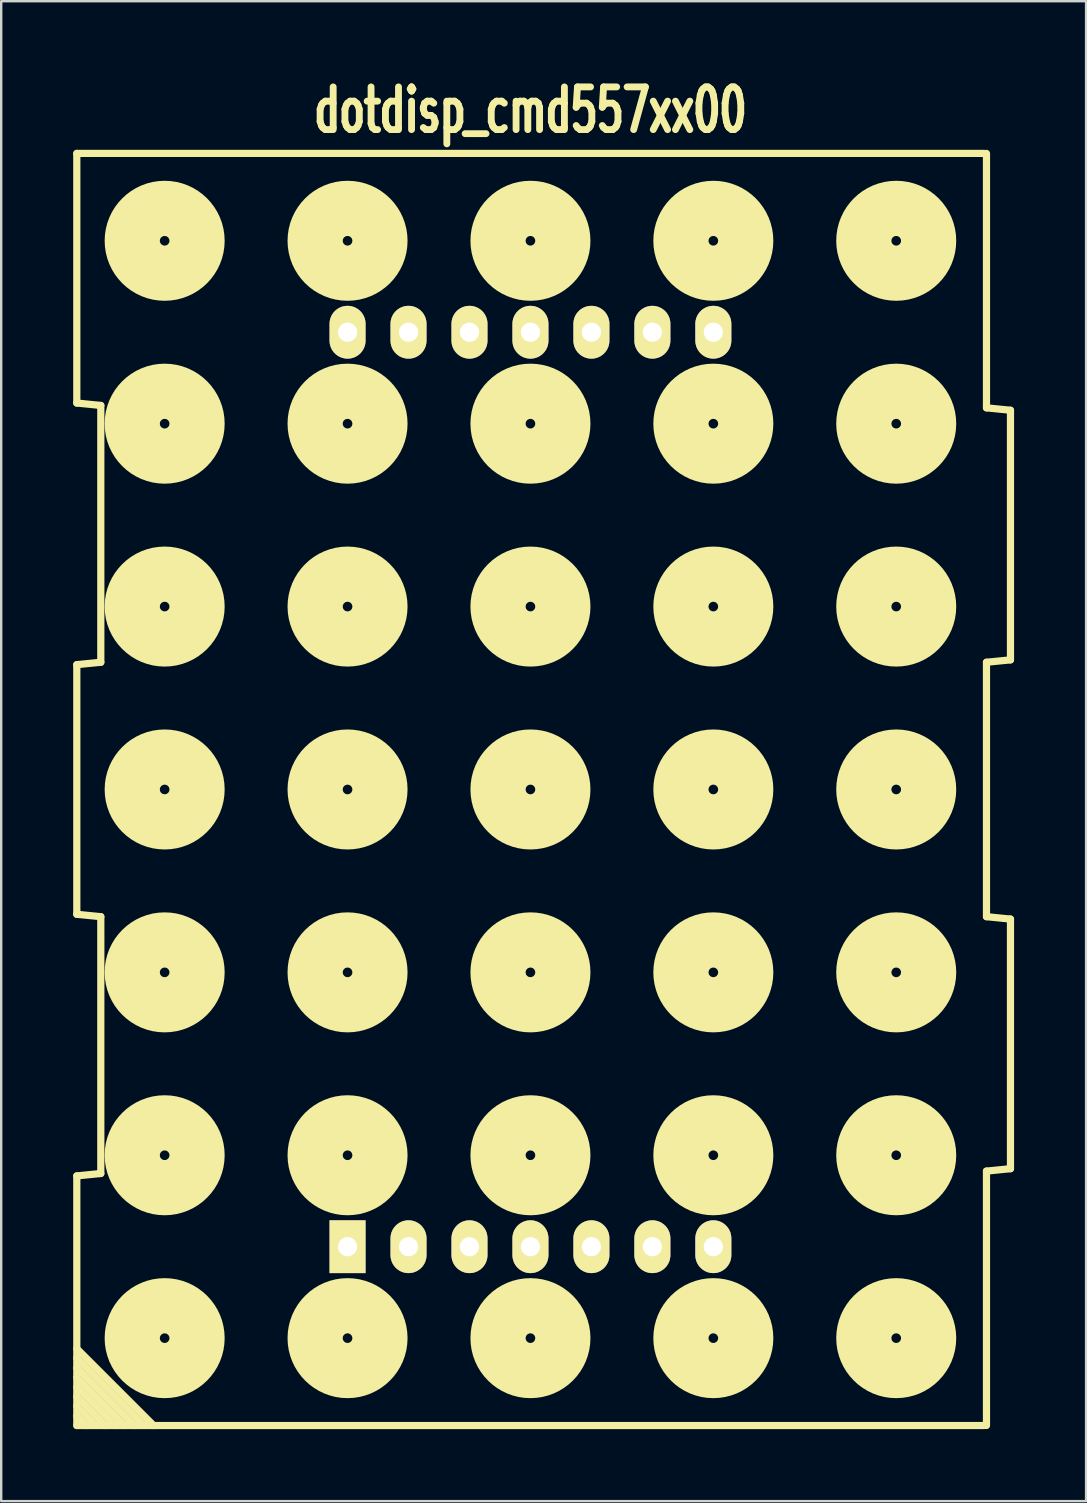
<source format=kicad_pcb>
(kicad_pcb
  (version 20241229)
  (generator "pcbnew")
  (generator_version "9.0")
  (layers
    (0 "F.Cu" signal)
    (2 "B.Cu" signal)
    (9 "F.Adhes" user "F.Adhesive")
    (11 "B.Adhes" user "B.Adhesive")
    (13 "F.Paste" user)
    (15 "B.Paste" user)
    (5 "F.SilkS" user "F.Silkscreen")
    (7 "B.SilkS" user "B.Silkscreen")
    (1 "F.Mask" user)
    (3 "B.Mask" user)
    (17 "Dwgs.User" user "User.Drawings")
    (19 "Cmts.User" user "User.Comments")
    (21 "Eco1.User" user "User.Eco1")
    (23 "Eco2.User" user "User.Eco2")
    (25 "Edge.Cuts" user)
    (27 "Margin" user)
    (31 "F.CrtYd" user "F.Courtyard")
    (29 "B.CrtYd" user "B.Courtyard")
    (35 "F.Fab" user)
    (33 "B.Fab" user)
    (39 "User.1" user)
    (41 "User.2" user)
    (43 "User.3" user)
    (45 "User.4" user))
  (footprint "dotdisp_cmd557xx00"
    (layer "F.Cu")
    (at 19.05 29.842)
    (property "Reference" "dotdisp_cmd557xx00" (at 0 -28.3 0) (layer "F.SilkS") (effects (font (size 1.778 1.143) (thickness 0.287))))
    (attr through_hole)
    (fp_line (start -18.9 -26.5) (end -18.9 -16.1) (stroke (width 0.3) (type solid)) (layer "F.SilkS"))
    (fp_line (start -18.9 -16.1) (end -17.9 -16) (stroke (width 0.3) (type solid)) (layer "F.SilkS"))
    (fp_line (start -18.9 -5.2) (end -18.9 5.2) (stroke (width 0.3) (type solid)) (layer "F.SilkS"))
    (fp_line (start -18.9 -5.2) (end -17.9 -5.3) (stroke (width 0.3) (type solid)) (layer "F.SilkS"))
    (fp_line (start -18.9 5.2) (end -17.9 5.3) (stroke (width 0.3) (type solid)) (layer "F.SilkS"))
    (fp_line (start -18.9 16.1) (end -18.9 26.5) (stroke (width 0.3) (type solid)) (layer "F.SilkS"))
    (fp_line (start -18.9 16.1) (end -17.9 16) (stroke (width 0.3) (type solid)) (layer "F.SilkS"))
    (fp_line (start -18.9 23.7) (end -16.1 26.5) (stroke (width 0.3) (type solid)) (layer "F.SilkS"))
    (fp_line (start -18.9 24.1) (end -16.5 26.5) (stroke (width 0.3) (type solid)) (layer "F.SilkS"))
    (fp_line (start -18.9 25.3) (end -17.7 26.5) (stroke (width 0.3) (type solid)) (layer "F.SilkS"))
    (fp_line (start -18.9 26.1) (end -18.5 26.5) (stroke (width 0.3) (type solid)) (layer "F.SilkS"))
    (fp_line (start -18.9 26.5) (end 18.9 26.5) (stroke (width 0.3) (type solid)) (layer "F.SilkS"))
    (fp_line (start -18.1 26.5) (end -18.9 25.7) (stroke (width 0.3) (type solid)) (layer "F.SilkS"))
    (fp_line (start -17.9 -5.3) (end -17.9 -16) (stroke (width 0.3) (type solid)) (layer "F.SilkS"))
    (fp_line (start -17.9 16) (end -17.9 5.3) (stroke (width 0.3) (type solid)) (layer "F.SilkS"))
    (fp_line (start -17.3 26.5) (end -18.9 24.9) (stroke (width 0.3) (type solid)) (layer "F.SilkS"))
    (fp_line (start -16.9 26.5) (end -18.9 24.5) (stroke (width 0.3) (type solid)) (layer "F.SilkS"))
    (fp_line (start -15.7 26.5) (end -18.9 23.3) (stroke (width 0.3) (type solid)) (layer "F.SilkS"))
    (fp_line (start 18.9 -26.5) (end -18.9 -26.5) (stroke (width 0.3) (type solid)) (layer "F.SilkS"))
    (fp_line (start 19 -15.9) (end 19 -26.5) (stroke (width 0.3) (type solid)) (layer "F.SilkS"))
    (fp_line (start 19 -15.9) (end 20 -15.8) (stroke (width 0.3) (type solid)) (layer "F.SilkS"))
    (fp_line (start 19 -5.3) (end 20 -5.4) (stroke (width 0.3) (type solid)) (layer "F.SilkS"))
    (fp_line (start 19 5.3) (end 19 -5.3) (stroke (width 0.3) (type solid)) (layer "F.SilkS"))
    (fp_line (start 19 5.3) (end 20 5.4) (stroke (width 0.3) (type solid)) (layer "F.SilkS"))
    (fp_line (start 19 15.9) (end 20 15.8) (stroke (width 0.3) (type solid)) (layer "F.SilkS"))
    (fp_line (start 19 26.5) (end 19 15.9) (stroke (width 0.3) (type solid)) (layer "F.SilkS"))
    (fp_line (start 20 -15.8) (end 20 -5.4) (stroke (width 0.3) (type solid)) (layer "F.SilkS"))
    (fp_line (start 20 5.4) (end 20 15.8) (stroke (width 0.3) (type solid)) (layer "F.SilkS"))
    (fp_circle (center -15.24 -22.86) (end -16.34 -22.86) (stroke (width 1) (type solid)) (fill no) (layer "F.SilkS"))
    (fp_circle (center -15.24 -22.86) (end -15.04 -22.86) (stroke (width 1) (type solid)) (fill no) (layer "F.SilkS"))
    (fp_circle (center -15.24 -22.86) (end -13.24 -22.86) (stroke (width 1) (type solid)) (fill no) (layer "F.SilkS"))
    (fp_circle (center -15.24 -15.24) (end -16.34 -15.24) (stroke (width 1) (type solid)) (fill no) (layer "F.SilkS"))
    (fp_circle (center -15.24 -15.24) (end -15.04 -15.24) (stroke (width 1) (type solid)) (fill no) (layer "F.SilkS"))
    (fp_circle (center -15.24 -15.24) (end -13.24 -15.24) (stroke (width 1) (type solid)) (fill no) (layer "F.SilkS"))
    (fp_circle (center -15.24 -7.62) (end -16.34 -7.62) (stroke (width 1) (type solid)) (fill no) (layer "F.SilkS"))
    (fp_circle (center -15.24 -7.62) (end -15.04 -7.62) (stroke (width 1) (type solid)) (fill no) (layer "F.SilkS"))
    (fp_circle (center -15.24 -7.62) (end -13.24 -7.62) (stroke (width 1) (type solid)) (fill no) (layer "F.SilkS"))
    (fp_circle (center -15.24 0) (end -16.34 0) (stroke (width 1) (type solid)) (fill no) (layer "F.SilkS"))
    (fp_circle (center -15.24 0) (end -15.04 0) (stroke (width 1) (type solid)) (fill no) (layer "F.SilkS"))
    (fp_circle (center -15.24 0) (end -13.24 0) (stroke (width 1) (type solid)) (fill no) (layer "F.SilkS"))
    (fp_circle (center -15.24 7.62) (end -16.34 7.62) (stroke (width 1) (type solid)) (fill no) (layer "F.SilkS"))
    (fp_circle (center -15.24 7.62) (end -15.04 7.62) (stroke (width 1) (type solid)) (fill no) (layer "F.SilkS"))
    (fp_circle (center -15.24 7.62) (end -13.24 7.62) (stroke (width 1) (type solid)) (fill no) (layer "F.SilkS"))
    (fp_circle (center -15.24 15.24) (end -16.34 15.24) (stroke (width 1) (type solid)) (fill no) (layer "F.SilkS"))
    (fp_circle (center -15.24 15.24) (end -15.04 15.24) (stroke (width 1) (type solid)) (fill no) (layer "F.SilkS"))
    (fp_circle (center -15.24 15.24) (end -13.24 15.24) (stroke (width 1) (type solid)) (fill no) (layer "F.SilkS"))
    (fp_circle (center -15.24 22.86) (end -16.34 22.86) (stroke (width 1) (type solid)) (fill no) (layer "F.SilkS"))
    (fp_circle (center -15.24 22.86) (end -15.04 22.86) (stroke (width 1) (type solid)) (fill no) (layer "F.SilkS"))
    (fp_circle (center -15.24 22.86) (end -13.24 22.86) (stroke (width 1) (type solid)) (fill no) (layer "F.SilkS"))
    (fp_circle (center -7.62 -22.86) (end -8.72 -22.86) (stroke (width 1) (type solid)) (fill no) (layer "F.SilkS"))
    (fp_circle (center -7.62 -22.86) (end -7.42 -22.86) (stroke (width 1) (type solid)) (fill no) (layer "F.SilkS"))
    (fp_circle (center -7.62 -22.86) (end -5.62 -22.86) (stroke (width 1) (type solid)) (fill no) (layer "F.SilkS"))
    (fp_circle (center -7.62 -15.24) (end -8.72 -15.24) (stroke (width 1) (type solid)) (fill no) (layer "F.SilkS"))
    (fp_circle (center -7.62 -15.24) (end -7.42 -15.24) (stroke (width 1) (type solid)) (fill no) (layer "F.SilkS"))
    (fp_circle (center -7.62 -15.24) (end -5.62 -15.24) (stroke (width 1) (type solid)) (fill no) (layer "F.SilkS"))
    (fp_circle (center -7.62 -7.62) (end -8.72 -7.62) (stroke (width 1) (type solid)) (fill no) (layer "F.SilkS"))
    (fp_circle (center -7.62 -7.62) (end -7.42 -7.62) (stroke (width 1) (type solid)) (fill no) (layer "F.SilkS"))
    (fp_circle (center -7.62 -7.62) (end -5.62 -7.62) (stroke (width 1) (type solid)) (fill no) (layer "F.SilkS"))
    (fp_circle (center -7.62 0) (end -8.72 0) (stroke (width 1) (type solid)) (fill no) (layer "F.SilkS"))
    (fp_circle (center -7.62 0) (end -7.42 0) (stroke (width 1) (type solid)) (fill no) (layer "F.SilkS"))
    (fp_circle (center -7.62 0) (end -5.62 0) (stroke (width 1) (type solid)) (fill no) (layer "F.SilkS"))
    (fp_circle (center -7.62 7.62) (end -8.72 7.62) (stroke (width 1) (type solid)) (fill no) (layer "F.SilkS"))
    (fp_circle (center -7.62 7.62) (end -7.42 7.62) (stroke (width 1) (type solid)) (fill no) (layer "F.SilkS"))
    (fp_circle (center -7.62 7.62) (end -5.62 7.62) (stroke (width 1) (type solid)) (fill no) (layer "F.SilkS"))
    (fp_circle (center -7.62 15.24) (end -8.72 15.24) (stroke (width 1) (type solid)) (fill no) (layer "F.SilkS"))
    (fp_circle (center -7.62 15.24) (end -7.42 15.24) (stroke (width 1) (type solid)) (fill no) (layer "F.SilkS"))
    (fp_circle (center -7.62 15.24) (end -5.62 15.24) (stroke (width 1) (type solid)) (fill no) (layer "F.SilkS"))
    (fp_circle (center -7.62 22.86) (end -8.72 22.86) (stroke (width 1) (type solid)) (fill no) (layer "F.SilkS"))
    (fp_circle (center -7.62 22.86) (end -7.42 22.86) (stroke (width 1) (type solid)) (fill no) (layer "F.SilkS"))
    (fp_circle (center -7.62 22.86) (end -5.62 22.86) (stroke (width 1) (type solid)) (fill no) (layer "F.SilkS"))
    (fp_circle (center 0 -22.86) (end -1.1 -22.86) (stroke (width 1) (type solid)) (fill no) (layer "F.SilkS"))
    (fp_circle (center 0 -22.86) (end 0.2 -22.86) (stroke (width 1) (type solid)) (fill no) (layer "F.SilkS"))
    (fp_circle (center 0 -22.86) (end 2 -22.86) (stroke (width 1) (type solid)) (fill no) (layer "F.SilkS"))
    (fp_circle (center 0 -15.24) (end -1.1 -15.24) (stroke (width 1) (type solid)) (fill no) (layer "F.SilkS"))
    (fp_circle (center 0 -15.24) (end 0.2 -15.24) (stroke (width 1) (type solid)) (fill no) (layer "F.SilkS"))
    (fp_circle (center 0 -15.24) (end 2 -15.24) (stroke (width 1) (type solid)) (fill no) (layer "F.SilkS"))
    (fp_circle (center 0 -7.62) (end -1.1 -7.62) (stroke (width 1) (type solid)) (fill no) (layer "F.SilkS"))
    (fp_circle (center 0 -7.62) (end 0.2 -7.62) (stroke (width 1) (type solid)) (fill no) (layer "F.SilkS"))
    (fp_circle (center 0 -7.62) (end 2 -7.62) (stroke (width 1) (type solid)) (fill no) (layer "F.SilkS"))
    (fp_circle (center 0 0) (end -1.1 0) (stroke (width 1) (type solid)) (fill no) (layer "F.SilkS"))
    (fp_circle (center 0 0) (end 0.2 0) (stroke (width 1) (type solid)) (fill no) (layer "F.SilkS"))
    (fp_circle (center 0 0) (end 2 0) (stroke (width 1) (type solid)) (fill no) (layer "F.SilkS"))
    (fp_circle (center 0 7.62) (end -1.1 7.62) (stroke (width 1) (type solid)) (fill no) (layer "F.SilkS"))
    (fp_circle (center 0 7.62) (end 0.2 7.62) (stroke (width 1) (type solid)) (fill no) (layer "F.SilkS"))
    (fp_circle (center 0 7.62) (end 2 7.62) (stroke (width 1) (type solid)) (fill no) (layer "F.SilkS"))
    (fp_circle (center 0 15.24) (end -1.1 15.24) (stroke (width 1) (type solid)) (fill no) (layer "F.SilkS"))
    (fp_circle (center 0 15.24) (end 0.2 15.24) (stroke (width 1) (type solid)) (fill no) (layer "F.SilkS"))
    (fp_circle (center 0 15.24) (end 2 15.24) (stroke (width 1) (type solid)) (fill no) (layer "F.SilkS"))
    (fp_circle (center 0 22.86) (end -1.1 22.86) (stroke (width 1) (type solid)) (fill no) (layer "F.SilkS"))
    (fp_circle (center 0 22.86) (end 0.2 22.86) (stroke (width 1) (type solid)) (fill no) (layer "F.SilkS"))
    (fp_circle (center 0 22.86) (end 2 22.86) (stroke (width 1) (type solid)) (fill no) (layer "F.SilkS"))
    (fp_circle (center 7.62 -22.86) (end 6.52 -22.86) (stroke (width 1) (type solid)) (fill no) (layer "F.SilkS"))
    (fp_circle (center 7.62 -22.86) (end 7.82 -22.86) (stroke (width 1) (type solid)) (fill no) (layer "F.SilkS"))
    (fp_circle (center 7.62 -22.86) (end 9.62 -22.86) (stroke (width 1) (type solid)) (fill no) (layer "F.SilkS"))
    (fp_circle (center 7.62 -15.24) (end 6.52 -15.24) (stroke (width 1) (type solid)) (fill no) (layer "F.SilkS"))
    (fp_circle (center 7.62 -15.24) (end 7.82 -15.24) (stroke (width 1) (type solid)) (fill no) (layer "F.SilkS"))
    (fp_circle (center 7.62 -15.24) (end 9.62 -15.24) (stroke (width 1) (type solid)) (fill no) (layer "F.SilkS"))
    (fp_circle (center 7.62 -7.62) (end 6.52 -7.62) (stroke (width 1) (type solid)) (fill no) (layer "F.SilkS"))
    (fp_circle (center 7.62 -7.62) (end 7.82 -7.62) (stroke (width 1) (type solid)) (fill no) (layer "F.SilkS"))
    (fp_circle (center 7.62 -7.62) (end 9.62 -7.62) (stroke (width 1) (type solid)) (fill no) (layer "F.SilkS"))
    (fp_circle (center 7.62 0) (end 6.52 0) (stroke (width 1) (type solid)) (fill no) (layer "F.SilkS"))
    (fp_circle (center 7.62 0) (end 7.82 0) (stroke (width 1) (type solid)) (fill no) (layer "F.SilkS"))
    (fp_circle (center 7.62 0) (end 9.62 0) (stroke (width 1) (type solid)) (fill no) (layer "F.SilkS"))
    (fp_circle (center 7.62 7.62) (end 6.52 7.62) (stroke (width 1) (type solid)) (fill no) (layer "F.SilkS"))
    (fp_circle (center 7.62 7.62) (end 7.82 7.62) (stroke (width 1) (type solid)) (fill no) (layer "F.SilkS"))
    (fp_circle (center 7.62 7.62) (end 9.62 7.62) (stroke (width 1) (type solid)) (fill no) (layer "F.SilkS"))
    (fp_circle (center 7.62 15.24) (end 6.52 15.24) (stroke (width 1) (type solid)) (fill no) (layer "F.SilkS"))
    (fp_circle (center 7.62 15.24) (end 7.82 15.24) (stroke (width 1) (type solid)) (fill no) (layer "F.SilkS"))
    (fp_circle (center 7.62 15.24) (end 9.62 15.24) (stroke (width 1) (type solid)) (fill no) (layer "F.SilkS"))
    (fp_circle (center 7.62 22.86) (end 6.52 22.86) (stroke (width 1) (type solid)) (fill no) (layer "F.SilkS"))
    (fp_circle (center 7.62 22.86) (end 7.82 22.86) (stroke (width 1) (type solid)) (fill no) (layer "F.SilkS"))
    (fp_circle (center 7.62 22.86) (end 9.62 22.86) (stroke (width 1) (type solid)) (fill no) (layer "F.SilkS"))
    (fp_circle (center 15.24 -22.86) (end 14.14 -22.86) (stroke (width 1) (type solid)) (fill no) (layer "F.SilkS"))
    (fp_circle (center 15.24 -22.86) (end 15.44 -22.86) (stroke (width 1) (type solid)) (fill no) (layer "F.SilkS"))
    (fp_circle (center 15.24 -22.86) (end 17.24 -22.86) (stroke (width 1) (type solid)) (fill no) (layer "F.SilkS"))
    (fp_circle (center 15.24 -15.24) (end 14.14 -15.24) (stroke (width 1) (type solid)) (fill no) (layer "F.SilkS"))
    (fp_circle (center 15.24 -15.24) (end 15.44 -15.24) (stroke (width 1) (type solid)) (fill no) (layer "F.SilkS"))
    (fp_circle (center 15.24 -15.24) (end 17.24 -15.24) (stroke (width 1) (type solid)) (fill no) (layer "F.SilkS"))
    (fp_circle (center 15.24 -7.62) (end 14.14 -7.62) (stroke (width 1) (type solid)) (fill no) (layer "F.SilkS"))
    (fp_circle (center 15.24 -7.62) (end 15.44 -7.62) (stroke (width 1) (type solid)) (fill no) (layer "F.SilkS"))
    (fp_circle (center 15.24 -7.62) (end 17.24 -7.62) (stroke (width 1) (type solid)) (fill no) (layer "F.SilkS"))
    (fp_circle (center 15.24 0) (end 14.14 0) (stroke (width 1) (type solid)) (fill no) (layer "F.SilkS"))
    (fp_circle (center 15.24 0) (end 15.44 0) (stroke (width 1) (type solid)) (fill no) (layer "F.SilkS"))
    (fp_circle (center 15.24 0) (end 17.24 0) (stroke (width 1) (type solid)) (fill no) (layer "F.SilkS"))
    (fp_circle (center 15.24 7.62) (end 14.14 7.62) (stroke (width 1) (type solid)) (fill no) (layer "F.SilkS"))
    (fp_circle (center 15.24 7.62) (end 15.44 7.62) (stroke (width 1) (type solid)) (fill no) (layer "F.SilkS"))
    (fp_circle (center 15.24 7.62) (end 17.24 7.62) (stroke (width 1) (type solid)) (fill no) (layer "F.SilkS"))
    (fp_circle (center 15.24 15.24) (end 14.14 15.24) (stroke (width 1) (type solid)) (fill no) (layer "F.SilkS"))
    (fp_circle (center 15.24 15.24) (end 15.44 15.24) (stroke (width 1) (type solid)) (fill no) (layer "F.SilkS"))
    (fp_circle (center 15.24 15.24) (end 17.24 15.24) (stroke (width 1) (type solid)) (fill no) (layer "F.SilkS"))
    (fp_circle (center 15.24 22.86) (end 14.14 22.86) (stroke (width 1) (type solid)) (fill no) (layer "F.SilkS"))
    (fp_circle (center 15.24 22.86) (end 15.44 22.86) (stroke (width 1) (type solid)) (fill no) (layer "F.SilkS"))
    (fp_circle (center 15.24 22.86) (end 17.24 22.86) (stroke (width 1) (type solid)) (fill no) (layer "F.SilkS"))
    (pad "1" thru_hole rect (at -7.62 19.05 90) (size 2.2 1.5) (drill 0.8) (layers "*.Cu" "*.Mask" "F.SilkS"))
    (pad "2" thru_hole oval (at -5.08 19.05 90) (size 2.2 1.5) (drill 0.8) (layers "*.Cu" "*.Mask" "F.SilkS"))
    (pad "3" thru_hole oval (at -2.54 19.05 90) (size 2.2 1.5) (drill 0.8) (layers "*.Cu" "*.Mask" "F.SilkS"))
    (pad "4" thru_hole oval (at 0 19.05 90) (size 2.2 1.5) (drill 0.8) (layers "*.Cu" "*.Mask" "F.SilkS"))
    (pad "5" thru_hole oval (at 2.54 19.05 90) (size 2.2 1.5) (drill 0.8) (layers "*.Cu" "*.Mask" "F.SilkS"))
    (pad "6" thru_hole oval (at 5.08 19.05 90) (size 2.2 1.5) (drill 0.8) (layers "*.Cu" "*.Mask" "F.SilkS"))
    (pad "7" thru_hole oval (at 7.62 19.05 90) (size 2.2 1.5) (drill 0.8) (layers "*.Cu" "*.Mask" "F.SilkS"))
    (pad "8" thru_hole oval (at 7.62 -19.05 90) (size 2.2 1.5) (drill 0.8) (layers "*.Cu" "*.Mask" "F.SilkS"))
    (pad "9" thru_hole oval (at 5.08 -19.05 90) (size 2.2 1.5) (drill 0.8) (layers "*.Cu" "*.Mask" "F.SilkS"))
    (pad "10" thru_hole oval (at 2.54 -19.05 90) (size 2.2 1.5) (drill 0.8) (layers "*.Cu" "*.Mask" "F.SilkS"))
    (pad "11" thru_hole oval (at 0 -19.05 90) (size 2.2 1.5) (drill 0.8) (layers "*.Cu" "*.Mask" "F.SilkS"))
    (pad "12" thru_hole oval (at -2.54 -19.05 90) (size 2.2 1.5) (drill 0.8) (layers "*.Cu" "*.Mask" "F.SilkS"))
    (pad "13" thru_hole oval (at -5.08 -19.05 90) (size 2.2 1.5) (drill 0.8) (layers "*.Cu" "*.Mask" "F.SilkS"))
    (pad "14" thru_hole oval (at -7.62 -19.05 90) (size 2.2 1.5) (drill 0.8) (layers "*.Cu" "*.Mask" "F.SilkS")))
  (gr_rect
    (start -3 -3)
    (end 42.2 59.492)
    (stroke (width 0.1) (type default))
    (fill no)
    (layer "Edge.Cuts")))
</source>
